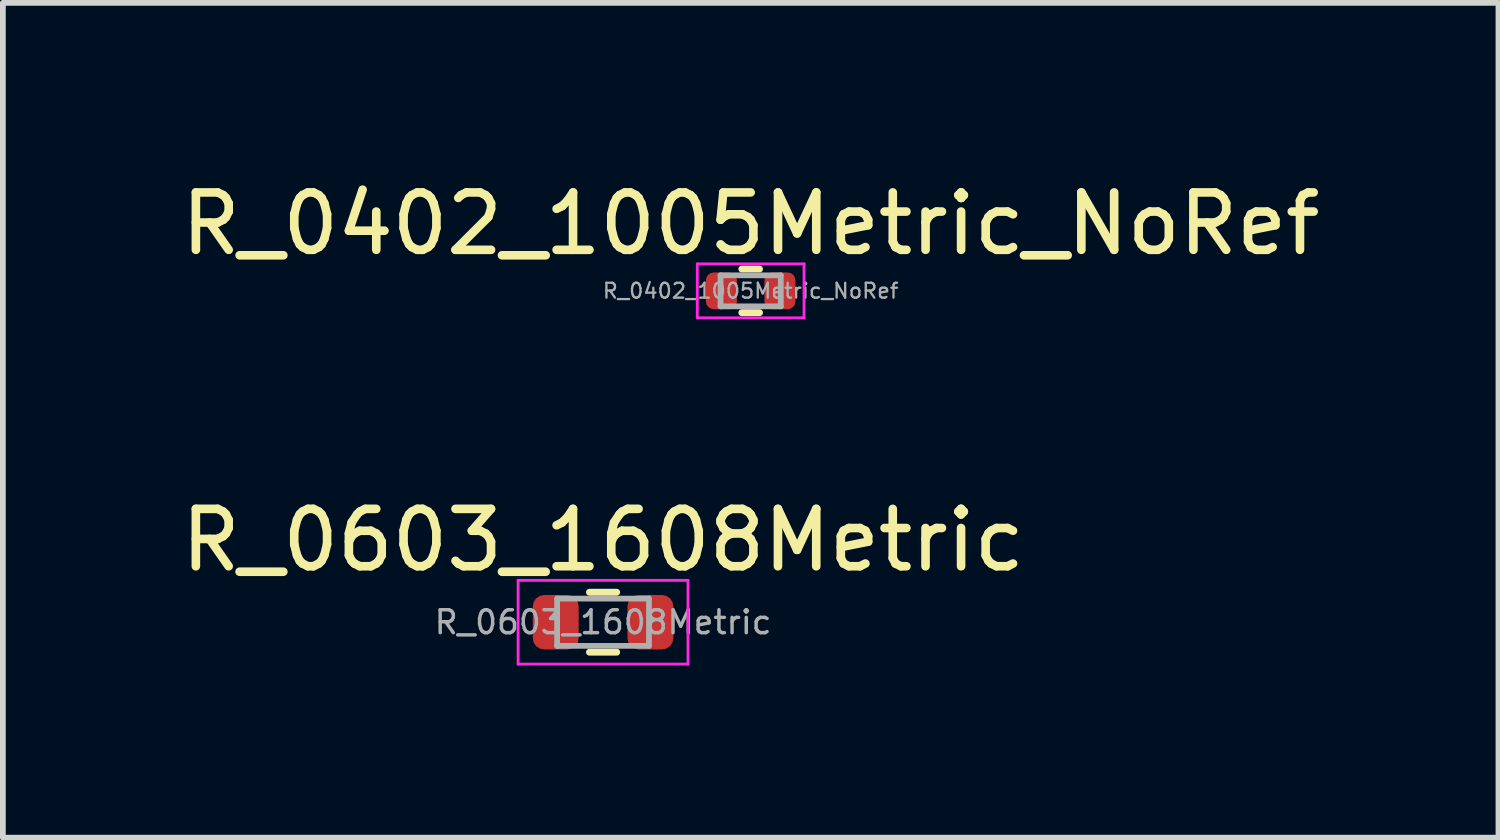
<source format=kicad_pcb>
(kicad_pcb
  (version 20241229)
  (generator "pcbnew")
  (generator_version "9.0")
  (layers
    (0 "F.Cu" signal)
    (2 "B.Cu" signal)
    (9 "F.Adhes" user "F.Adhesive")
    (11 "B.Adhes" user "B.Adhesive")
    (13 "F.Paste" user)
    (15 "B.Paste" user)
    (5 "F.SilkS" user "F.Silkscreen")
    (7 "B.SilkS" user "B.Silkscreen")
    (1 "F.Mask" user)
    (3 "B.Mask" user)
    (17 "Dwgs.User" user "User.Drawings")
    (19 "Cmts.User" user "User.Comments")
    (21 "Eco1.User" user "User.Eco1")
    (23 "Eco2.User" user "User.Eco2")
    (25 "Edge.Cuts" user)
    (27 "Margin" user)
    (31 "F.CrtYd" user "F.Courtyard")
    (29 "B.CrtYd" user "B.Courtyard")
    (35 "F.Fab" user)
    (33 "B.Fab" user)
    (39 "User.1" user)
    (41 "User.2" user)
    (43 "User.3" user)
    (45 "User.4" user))
  (footprint "R_0603_1608Metric"
    (layer "F.Cu")
    (at 7.458 7.792)
    (property "Reference" "R_0603_1608Metric" (at 0 -1.43 0) (layer "F.SilkS") (effects (font (size 1 1) (thickness 0.15))))
    (attr smd)
    (fp_line (start -0.237 -0.522) (end 0.237 -0.522) (stroke (width 0.12) (type solid)) (layer "F.SilkS"))
    (fp_line (start -0.237 0.522) (end 0.237 0.522) (stroke (width 0.12) (type solid)) (layer "F.SilkS"))
    (fp_line (start -1.48 -0.73) (end 1.48 -0.73) (stroke (width 0.05) (type solid)) (layer "F.CrtYd"))
    (fp_line (start -1.48 0.73) (end -1.48 -0.73) (stroke (width 0.05) (type solid)) (layer "F.CrtYd"))
    (fp_line (start 1.48 -0.73) (end 1.48 0.73) (stroke (width 0.05) (type solid)) (layer "F.CrtYd"))
    (fp_line (start 1.48 0.73) (end -1.48 0.73) (stroke (width 0.05) (type solid)) (layer "F.CrtYd"))
    (fp_line (start -0.8 -0.412) (end 0.8 -0.412) (stroke (width 0.1) (type solid)) (layer "F.Fab"))
    (fp_line (start -0.8 0.412) (end -0.8 -0.412) (stroke (width 0.1) (type solid)) (layer "F.Fab"))
    (fp_line (start 0.8 -0.412) (end 0.8 0.412) (stroke (width 0.1) (type solid)) (layer "F.Fab"))
    (fp_line (start 0.8 0.412) (end -0.8 0.412) (stroke (width 0.1) (type solid)) (layer "F.Fab"))
    (fp_text user "${REFERENCE}" (at 0 0 0) (layer "F.Fab") (effects (font (size 0.4 0.4) (thickness 0.06))))
    (pad "1" smd roundrect (at -0.825 0) (size 0.8 0.95) (layers "F.Cu" "F.Mask" "F.Paste") (roundrect_rratio 0.25))
    (pad "2" smd roundrect (at 0.825 0) (size 0.8 0.95) (layers "F.Cu" "F.Mask" "F.Paste") (roundrect_rratio 0.25)))
  (footprint "R_0402_1005Metric_NoRef"
    (layer "F.Cu")
    (at 10.03 2.018)
    (property "Reference" "R_0402_1005Metric_NoRef" (at 0 -1.17 0) (layer "F.SilkS") (effects (font (size 1 1) (thickness 0.15))))
    (attr smd)
    (fp_line (start -0.154 -0.38) (end 0.154 -0.38) (stroke (width 0.12) (type solid)) (layer "F.SilkS"))
    (fp_line (start -0.154 0.38) (end 0.154 0.38) (stroke (width 0.12) (type solid)) (layer "F.SilkS"))
    (fp_line (start -0.93 -0.47) (end 0.93 -0.47) (stroke (width 0.05) (type solid)) (layer "F.CrtYd"))
    (fp_line (start -0.93 0.47) (end -0.93 -0.47) (stroke (width 0.05) (type solid)) (layer "F.CrtYd"))
    (fp_line (start 0.93 -0.47) (end 0.93 0.47) (stroke (width 0.05) (type solid)) (layer "F.CrtYd"))
    (fp_line (start 0.93 0.47) (end -0.93 0.47) (stroke (width 0.05) (type solid)) (layer "F.CrtYd"))
    (fp_line (start -0.525 -0.27) (end 0.525 -0.27) (stroke (width 0.1) (type solid)) (layer "F.Fab"))
    (fp_line (start -0.525 0.27) (end -0.525 -0.27) (stroke (width 0.1) (type solid)) (layer "F.Fab"))
    (fp_line (start 0.525 -0.27) (end 0.525 0.27) (stroke (width 0.1) (type solid)) (layer "F.Fab"))
    (fp_line (start 0.525 0.27) (end -0.525 0.27) (stroke (width 0.1) (type solid)) (layer "F.Fab"))
    (fp_text user "${REFERENCE}" (at 0 0 0) (layer "F.Fab") (effects (font (size 0.26 0.26) (thickness 0.04))))
    (pad "1" smd roundrect (at -0.51 0) (size 0.54 0.64) (layers "F.Cu" "F.Mask" "F.Paste") (roundrect_rratio 0.25))
    (pad "2" smd roundrect (at 0.51 0) (size 0.54 0.64) (layers "F.Cu" "F.Mask" "F.Paste") (roundrect_rratio 0.25)))
  (gr_rect
    (start -3 -3)
    (end 23.06 11.546)
    (stroke (width 0.1) (type default))
    (fill no)
    (layer "Edge.Cuts")))
</source>
